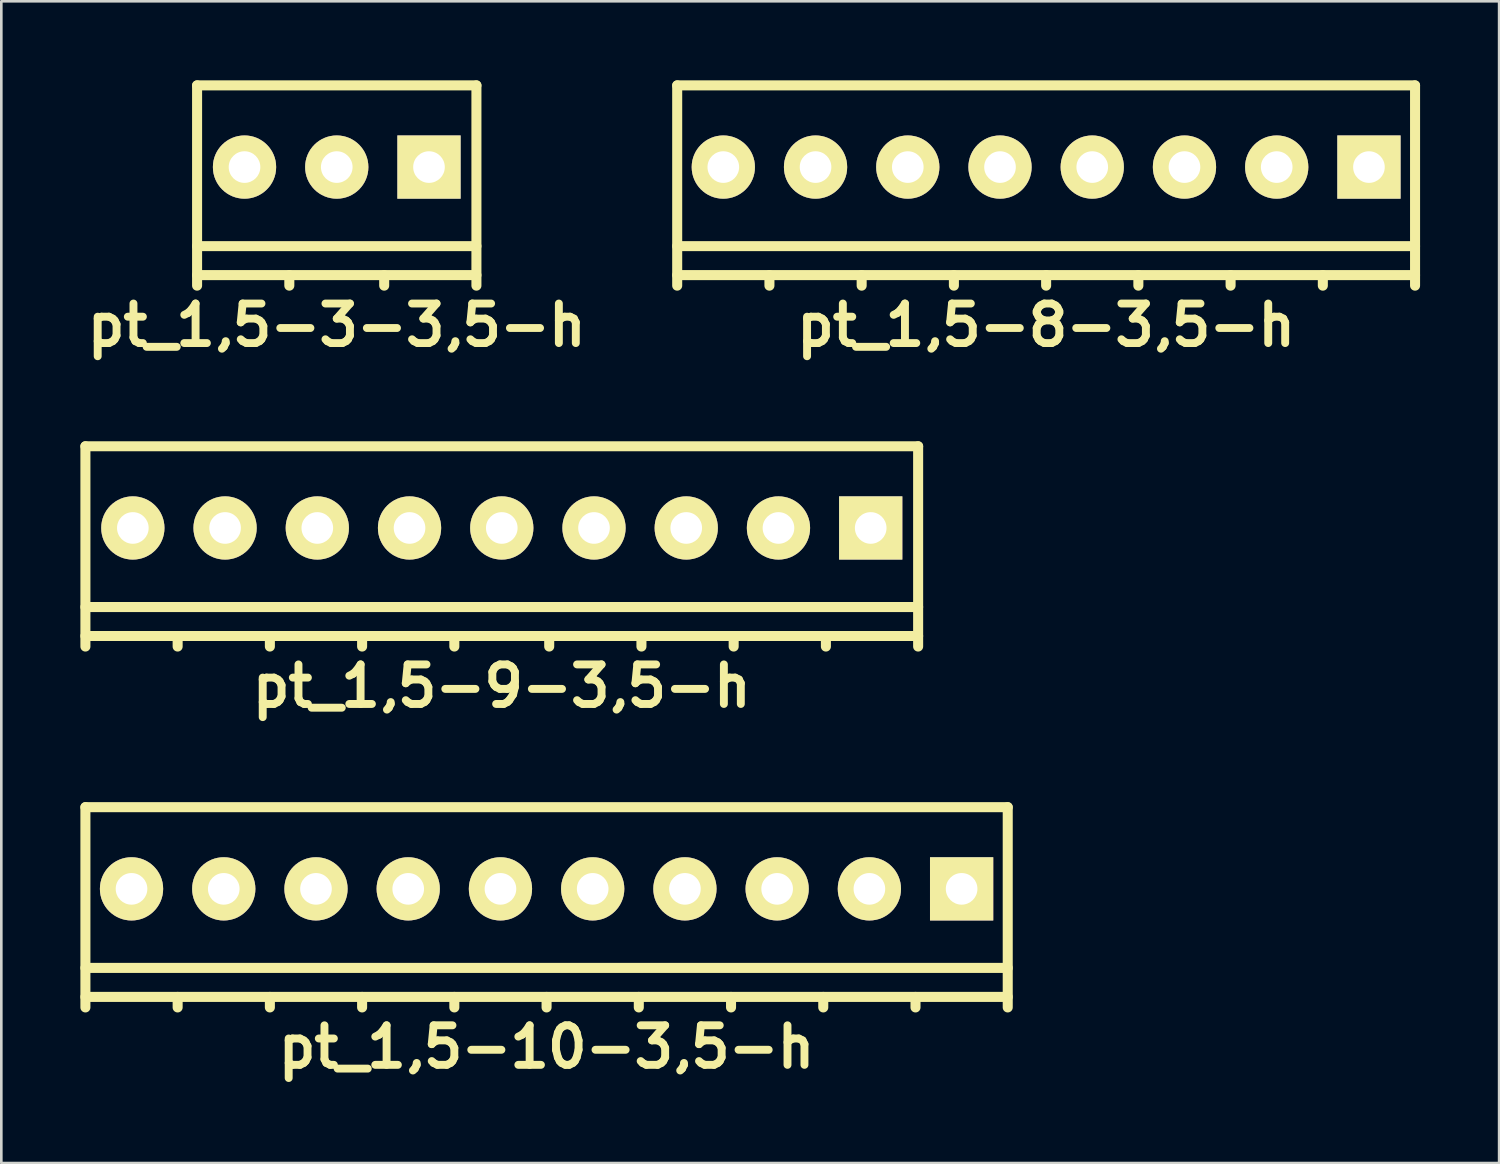
<source format=kicad_pcb>
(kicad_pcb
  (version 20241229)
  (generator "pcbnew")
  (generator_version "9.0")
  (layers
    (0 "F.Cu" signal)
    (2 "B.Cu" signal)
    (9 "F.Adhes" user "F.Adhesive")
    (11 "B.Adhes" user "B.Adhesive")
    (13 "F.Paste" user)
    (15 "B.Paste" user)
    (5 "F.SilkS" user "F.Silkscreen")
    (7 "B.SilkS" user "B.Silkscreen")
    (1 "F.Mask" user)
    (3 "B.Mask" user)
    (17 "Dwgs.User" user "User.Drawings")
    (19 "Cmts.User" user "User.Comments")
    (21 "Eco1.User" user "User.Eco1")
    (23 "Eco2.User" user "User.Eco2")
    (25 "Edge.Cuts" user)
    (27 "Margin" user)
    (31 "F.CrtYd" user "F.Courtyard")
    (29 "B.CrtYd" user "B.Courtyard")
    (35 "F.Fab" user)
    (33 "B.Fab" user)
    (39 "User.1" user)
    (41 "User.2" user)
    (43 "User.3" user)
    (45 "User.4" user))
  (footprint "pt_1,5-3-3,5-h"
    (layer "F.Cu")
    (at 9.729 3.99)
    (property "Reference" "pt_1,5-3-3,5-h" (at 0 5.3 0) (layer "F.SilkS") (effects (font (size 1.5 1.5) (thickness 0.3))))
    (attr through_hole)
    (fp_line (start -5.3 -3.8) (end -5.3 3.8) (stroke (width 0.381) (type solid)) (layer "F.SilkS"))
    (fp_line (start -5.3 2.3) (end 5.3 2.3) (stroke (width 0.381) (type solid)) (layer "F.SilkS"))
    (fp_line (start -5.3 3.4) (end 5.3 3.4) (stroke (width 0.381) (type solid)) (layer "F.SilkS"))
    (fp_line (start -1.8 3.4) (end -1.8 3.8) (stroke (width 0.381) (type solid)) (layer "F.SilkS"))
    (fp_line (start 1.8 3.4) (end 1.8 3.8) (stroke (width 0.381) (type solid)) (layer "F.SilkS"))
    (fp_line (start 5.3 -3.8) (end -5.3 -3.8) (stroke (width 0.381) (type solid)) (layer "F.SilkS"))
    (fp_line (start 5.3 3.8) (end 5.3 -3.8) (stroke (width 0.381) (type solid)) (layer "F.SilkS"))
    (pad "1" thru_hole rect (at 3.5 -0.7) (size 2.4 2.4) (drill 1.2) (layers "*.Cu" "*.Mask" "F.SilkS"))
    (pad "2" thru_hole circle (at 0 -0.7) (size 2.4 2.4) (drill 1.2) (layers "*.Cu" "*.Mask" "F.SilkS"))
    (pad "3" thru_hole circle (at -3.5 -0.7) (size 2.4 2.4) (drill 1.2) (layers "*.Cu" "*.Mask" "F.SilkS")))
  (footprint "pt_1,5-8-3,5-h"
    (layer "F.Cu")
    (at 36.648 3.99)
    (property "Reference" "pt_1,5-8-3,5-h" (at 0 5.3 0) (layer "F.SilkS") (effects (font (size 1.5 1.5) (thickness 0.3))))
    (attr through_hole)
    (fp_line (start -14 -3.8) (end -14 3.8) (stroke (width 0.381) (type solid)) (layer "F.SilkS"))
    (fp_line (start -14 2.3) (end 14 2.3) (stroke (width 0.381) (type solid)) (layer "F.SilkS"))
    (fp_line (start -14 3.4) (end 14 3.4) (stroke (width 0.381) (type solid)) (layer "F.SilkS"))
    (fp_line (start -10.5 3.4) (end -10.5 3.8) (stroke (width 0.381) (type solid)) (layer "F.SilkS"))
    (fp_line (start -7 3.4) (end -7 3.8) (stroke (width 0.381) (type solid)) (layer "F.SilkS"))
    (fp_line (start -3.5 3.4) (end -3.5 3.8) (stroke (width 0.381) (type solid)) (layer "F.SilkS"))
    (fp_line (start 0 3.4) (end 0 3.8) (stroke (width 0.381) (type solid)) (layer "F.SilkS"))
    (fp_line (start 3.5 3.4) (end 3.5 3.8) (stroke (width 0.381) (type solid)) (layer "F.SilkS"))
    (fp_line (start 7 3.4) (end 7 3.8) (stroke (width 0.381) (type solid)) (layer "F.SilkS"))
    (fp_line (start 10.5 3.4) (end 10.5 3.8) (stroke (width 0.381) (type solid)) (layer "F.SilkS"))
    (fp_line (start 14 -3.8) (end -14 -3.8) (stroke (width 0.381) (type solid)) (layer "F.SilkS"))
    (fp_line (start 14 3.8) (end 14 -3.8) (stroke (width 0.381) (type solid)) (layer "F.SilkS"))
    (pad "1" thru_hole rect (at 12.25 -0.7) (size 2.4 2.4) (drill 1.2) (layers "*.Cu" "*.Mask" "F.SilkS"))
    (pad "2" thru_hole circle (at 8.75 -0.7) (size 2.4 2.4) (drill 1.2) (layers "*.Cu" "*.Mask" "F.SilkS"))
    (pad "3" thru_hole circle (at 5.25 -0.7) (size 2.4 2.4) (drill 1.2) (layers "*.Cu" "*.Mask" "F.SilkS"))
    (pad "4" thru_hole circle (at 1.75 -0.7) (size 2.4 2.4) (drill 1.2) (layers "*.Cu" "*.Mask" "F.SilkS"))
    (pad "5" thru_hole circle (at -1.75 -0.7) (size 2.4 2.4) (drill 1.2) (layers "*.Cu" "*.Mask" "F.SilkS"))
    (pad "6" thru_hole circle (at -5.25 -0.7) (size 2.4 2.4) (drill 1.2) (layers "*.Cu" "*.Mask" "F.SilkS"))
    (pad "7" thru_hole circle (at -8.75 -0.7) (size 2.4 2.4) (drill 1.2) (layers "*.Cu" "*.Mask" "F.SilkS"))
    (pad "8" thru_hole circle (at -12.25 -0.7) (size 2.4 2.4) (drill 1.2) (layers "*.Cu" "*.Mask" "F.SilkS")))
  (footprint "pt_1,5-10-3,5-h"
    (layer "F.Cu")
    (at 17.691 31.38)
    (property "Reference" "pt_1,5-10-3,5-h" (at 0 5.3 0) (layer "F.SilkS") (effects (font (size 1.5 1.5) (thickness 0.3))))
    (attr through_hole)
    (fp_line (start -17.5 -3.8) (end -17.5 3.8) (stroke (width 0.381) (type solid)) (layer "F.SilkS"))
    (fp_line (start -17.5 2.3) (end 17.5 2.3) (stroke (width 0.381) (type solid)) (layer "F.SilkS"))
    (fp_line (start -17.5 3.4) (end 17.5 3.4) (stroke (width 0.381) (type solid)) (layer "F.SilkS"))
    (fp_line (start -14 3.4) (end -14 3.8) (stroke (width 0.381) (type solid)) (layer "F.SilkS"))
    (fp_line (start -10.5 3.4) (end -10.5 3.8) (stroke (width 0.381) (type solid)) (layer "F.SilkS"))
    (fp_line (start -7 3.4) (end -7 3.8) (stroke (width 0.381) (type solid)) (layer "F.SilkS"))
    (fp_line (start -3.5 3.4) (end -3.5 3.8) (stroke (width 0.381) (type solid)) (layer "F.SilkS"))
    (fp_line (start 0 3.4) (end 0 3.8) (stroke (width 0.381) (type solid)) (layer "F.SilkS"))
    (fp_line (start 3.5 3.4) (end 3.5 3.8) (stroke (width 0.381) (type solid)) (layer "F.SilkS"))
    (fp_line (start 7 3.4) (end 7 3.8) (stroke (width 0.381) (type solid)) (layer "F.SilkS"))
    (fp_line (start 10.5 3.4) (end 10.5 3.8) (stroke (width 0.381) (type solid)) (layer "F.SilkS"))
    (fp_line (start 14 3.4) (end 14 3.8) (stroke (width 0.381) (type solid)) (layer "F.SilkS"))
    (fp_line (start 17.5 -3.8) (end -17.5 -3.8) (stroke (width 0.381) (type solid)) (layer "F.SilkS"))
    (fp_line (start 17.5 3.8) (end 17.5 -3.8) (stroke (width 0.381) (type solid)) (layer "F.SilkS"))
    (pad "1" thru_hole rect (at 15.75 -0.7) (size 2.4 2.4) (drill 1.2) (layers "*.Cu" "*.Mask" "F.SilkS"))
    (pad "2" thru_hole circle (at 12.25 -0.7) (size 2.4 2.4) (drill 1.2) (layers "*.Cu" "*.Mask" "F.SilkS"))
    (pad "3" thru_hole circle (at 8.75 -0.7) (size 2.4 2.4) (drill 1.2) (layers "*.Cu" "*.Mask" "F.SilkS"))
    (pad "4" thru_hole circle (at 5.25 -0.7) (size 2.4 2.4) (drill 1.2) (layers "*.Cu" "*.Mask" "F.SilkS"))
    (pad "5" thru_hole circle (at 1.75 -0.7) (size 2.4 2.4) (drill 1.2) (layers "*.Cu" "*.Mask" "F.SilkS"))
    (pad "6" thru_hole circle (at -1.75 -0.7) (size 2.4 2.4) (drill 1.2) (layers "*.Cu" "*.Mask" "F.SilkS"))
    (pad "7" thru_hole circle (at -5.25 -0.7) (size 2.4 2.4) (drill 1.2) (layers "*.Cu" "*.Mask" "F.SilkS"))
    (pad "8" thru_hole circle (at -8.75 -0.7) (size 2.4 2.4) (drill 1.2) (layers "*.Cu" "*.Mask" "F.SilkS"))
    (pad "9" thru_hole circle (at -12.25 -0.7) (size 2.4 2.4) (drill 1.2) (layers "*.Cu" "*.Mask" "F.SilkS"))
    (pad "10" thru_hole circle (at -15.75 -0.7) (size 2.4 2.4) (drill 1.2) (layers "*.Cu" "*.Mask" "F.SilkS")))
  (footprint "pt_1,5-9-3,5-h"
    (layer "F.Cu")
    (at 15.991 17.685)
    (property "Reference" "pt_1,5-9-3,5-h" (at 0 5.3 0) (layer "F.SilkS") (effects (font (size 1.5 1.5) (thickness 0.3))))
    (attr through_hole)
    (fp_line (start -15.8 -3.8) (end -15.8 3.8) (stroke (width 0.381) (type solid)) (layer "F.SilkS"))
    (fp_line (start -15.8 2.3) (end 15.8 2.3) (stroke (width 0.381) (type solid)) (layer "F.SilkS"))
    (fp_line (start -15.8 3.4) (end 15.8 3.4) (stroke (width 0.381) (type solid)) (layer "F.SilkS"))
    (fp_line (start -12.3 3.4) (end -12.3 3.8) (stroke (width 0.381) (type solid)) (layer "F.SilkS"))
    (fp_line (start -8.8 3.4) (end -8.8 3.8) (stroke (width 0.381) (type solid)) (layer "F.SilkS"))
    (fp_line (start -5.3 3.4) (end -5.3 3.8) (stroke (width 0.381) (type solid)) (layer "F.SilkS"))
    (fp_line (start -1.8 3.4) (end -1.8 3.8) (stroke (width 0.381) (type solid)) (layer "F.SilkS"))
    (fp_line (start 1.8 3.4) (end 1.8 3.8) (stroke (width 0.381) (type solid)) (layer "F.SilkS"))
    (fp_line (start 5.3 3.4) (end 5.3 3.8) (stroke (width 0.381) (type solid)) (layer "F.SilkS"))
    (fp_line (start 8.8 3.4) (end 8.8 3.8) (stroke (width 0.381) (type solid)) (layer "F.SilkS"))
    (fp_line (start 12.3 3.4) (end 12.3 3.8) (stroke (width 0.381) (type solid)) (layer "F.SilkS"))
    (fp_line (start 15.8 -3.8) (end -15.8 -3.8) (stroke (width 0.381) (type solid)) (layer "F.SilkS"))
    (fp_line (start 15.8 3.8) (end 15.8 -3.8) (stroke (width 0.381) (type solid)) (layer "F.SilkS"))
    (pad "1" thru_hole rect (at 14 -0.7) (size 2.4 2.4) (drill 1.2) (layers "*.Cu" "*.Mask" "F.SilkS"))
    (pad "2" thru_hole circle (at 10.5 -0.7) (size 2.4 2.4) (drill 1.2) (layers "*.Cu" "*.Mask" "F.SilkS"))
    (pad "3" thru_hole circle (at 7 -0.7) (size 2.4 2.4) (drill 1.2) (layers "*.Cu" "*.Mask" "F.SilkS"))
    (pad "4" thru_hole circle (at 3.5 -0.7) (size 2.4 2.4) (drill 1.2) (layers "*.Cu" "*.Mask" "F.SilkS"))
    (pad "5" thru_hole circle (at 0 -0.7) (size 2.4 2.4) (drill 1.2) (layers "*.Cu" "*.Mask" "F.SilkS"))
    (pad "6" thru_hole circle (at -3.5 -0.7) (size 2.4 2.4) (drill 1.2) (layers "*.Cu" "*.Mask" "F.SilkS"))
    (pad "7" thru_hole circle (at -7 -0.7) (size 2.4 2.4) (drill 1.2) (layers "*.Cu" "*.Mask" "F.SilkS"))
    (pad "8" thru_hole circle (at -10.5 -0.7) (size 2.4 2.4) (drill 1.2) (layers "*.Cu" "*.Mask" "F.SilkS"))
    (pad "9" thru_hole circle (at -14 -0.7) (size 2.4 2.4) (drill 1.2) (layers "*.Cu" "*.Mask" "F.SilkS")))
  (gr_rect
    (start -3 -3)
    (end 53.838 41.084)
    (stroke (width 0.1) (type default))
    (fill no)
    (layer "Edge.Cuts")))
</source>
